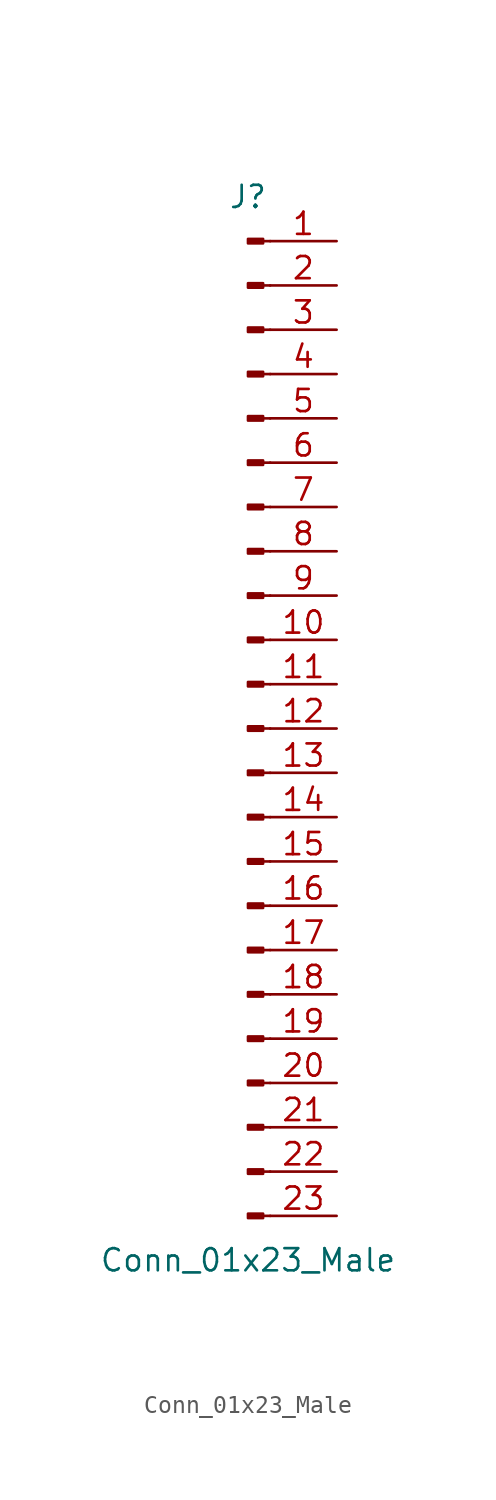
<source format=kicad_sym>
(kicad_symbol_lib
  (version 20211014)
  (generator kicad_symbol_editor)
  (symbol "Conn_01x23_Male"
    (pin_names
      (offset 1.016) hide)
    (property "Reference" "J"
      (at 0 30.48 0)
      (effects (font (size 1.27 1.27))))
    (property "Value" "Conn_01x23_Male"
      (at 0 -30.48 0)
      (effects (font (size 1.27 1.27))))
    (symbol "Conn_01x23_Male_1_1"
      (polyline (pts (xy 1.27 -27.94) (xy 0.864 -27.94)) (stroke (width 0.152) (type default) (color 0 0 0 0)) (fill (type none)))
      (polyline (pts (xy 1.27 -25.4) (xy 0.864 -25.4)) (stroke (width 0.152) (type default) (color 0 0 0 0)) (fill (type none)))
      (polyline (pts (xy 1.27 -22.86) (xy 0.864 -22.86)) (stroke (width 0.152) (type default) (color 0 0 0 0)) (fill (type none)))
      (polyline (pts (xy 1.27 -20.32) (xy 0.864 -20.32)) (stroke (width 0.152) (type default) (color 0 0 0 0)) (fill (type none)))
      (polyline (pts (xy 1.27 -17.78) (xy 0.864 -17.78)) (stroke (width 0.152) (type default) (color 0 0 0 0)) (fill (type none)))
      (polyline (pts (xy 1.27 -15.24) (xy 0.864 -15.24)) (stroke (width 0.152) (type default) (color 0 0 0 0)) (fill (type none)))
      (polyline (pts (xy 1.27 -12.7) (xy 0.864 -12.7)) (stroke (width 0.152) (type default) (color 0 0 0 0)) (fill (type none)))
      (polyline (pts (xy 1.27 -10.16) (xy 0.864 -10.16)) (stroke (width 0.152) (type default) (color 0 0 0 0)) (fill (type none)))
      (polyline (pts (xy 1.27 -7.62) (xy 0.864 -7.62)) (stroke (width 0.152) (type default) (color 0 0 0 0)) (fill (type none)))
      (polyline (pts (xy 1.27 -5.08) (xy 0.864 -5.08)) (stroke (width 0.152) (type default) (color 0 0 0 0)) (fill (type none)))
      (polyline (pts (xy 1.27 -2.54) (xy 0.864 -2.54)) (stroke (width 0.152) (type default) (color 0 0 0 0)) (fill (type none)))
      (polyline (pts (xy 1.27 0) (xy 0.864 0)) (stroke (width 0.152) (type default) (color 0 0 0 0)) (fill (type none)))
      (polyline (pts (xy 1.27 2.54) (xy 0.864 2.54)) (stroke (width 0.152) (type default) (color 0 0 0 0)) (fill (type none)))
      (polyline (pts (xy 1.27 5.08) (xy 0.864 5.08)) (stroke (width 0.152) (type default) (color 0 0 0 0)) (fill (type none)))
      (polyline (pts (xy 1.27 7.62) (xy 0.864 7.62)) (stroke (width 0.152) (type default) (color 0 0 0 0)) (fill (type none)))
      (polyline (pts (xy 1.27 10.16) (xy 0.864 10.16)) (stroke (width 0.152) (type default) (color 0 0 0 0)) (fill (type none)))
      (polyline (pts (xy 1.27 12.7) (xy 0.864 12.7)) (stroke (width 0.152) (type default) (color 0 0 0 0)) (fill (type none)))
      (polyline (pts (xy 1.27 15.24) (xy 0.864 15.24)) (stroke (width 0.152) (type default) (color 0 0 0 0)) (fill (type none)))
      (polyline (pts (xy 1.27 17.78) (xy 0.864 17.78)) (stroke (width 0.152) (type default) (color 0 0 0 0)) (fill (type none)))
      (polyline (pts (xy 1.27 20.32) (xy 0.864 20.32)) (stroke (width 0.152) (type default) (color 0 0 0 0)) (fill (type none)))
      (polyline (pts (xy 1.27 22.86) (xy 0.864 22.86)) (stroke (width 0.152) (type default) (color 0 0 0 0)) (fill (type none)))
      (polyline (pts (xy 1.27 25.4) (xy 0.864 25.4)) (stroke (width 0.152) (type default) (color 0 0 0 0)) (fill (type none)))
      (polyline (pts (xy 1.27 27.94) (xy 0.864 27.94)) (stroke (width 0.152) (type default) (color 0 0 0 0)) (fill (type none)))
      (rectangle (start 0.864 -27.813) (end 0 -28.067) (stroke (width 0.152) (type default) (color 0 0 0 0)) (fill (type outline)))
      (rectangle (start 0.864 -25.273) (end 0 -25.527) (stroke (width 0.152) (type default) (color 0 0 0 0)) (fill (type outline)))
      (rectangle (start 0.864 -22.733) (end 0 -22.987) (stroke (width 0.152) (type default) (color 0 0 0 0)) (fill (type outline)))
      (rectangle (start 0.864 -20.193) (end 0 -20.447) (stroke (width 0.152) (type default) (color 0 0 0 0)) (fill (type outline)))
      (rectangle (start 0.864 -17.653) (end 0 -17.907) (stroke (width 0.152) (type default) (color 0 0 0 0)) (fill (type outline)))
      (rectangle (start 0.864 -15.113) (end 0 -15.367) (stroke (width 0.152) (type default) (color 0 0 0 0)) (fill (type outline)))
      (rectangle (start 0.864 -12.573) (end 0 -12.827) (stroke (width 0.152) (type default) (color 0 0 0 0)) (fill (type outline)))
      (rectangle (start 0.864 -10.033) (end 0 -10.287) (stroke (width 0.152) (type default) (color 0 0 0 0)) (fill (type outline)))
      (rectangle (start 0.864 -7.493) (end 0 -7.747) (stroke (width 0.152) (type default) (color 0 0 0 0)) (fill (type outline)))
      (rectangle (start 0.864 -4.953) (end 0 -5.207) (stroke (width 0.152) (type default) (color 0 0 0 0)) (fill (type outline)))
      (rectangle (start 0.864 -2.413) (end 0 -2.667) (stroke (width 0.152) (type default) (color 0 0 0 0)) (fill (type outline)))
      (rectangle (start 0.864 0.127) (end 0 -0.127) (stroke (width 0.152) (type default) (color 0 0 0 0)) (fill (type outline)))
      (rectangle (start 0.864 2.667) (end 0 2.413) (stroke (width 0.152) (type default) (color 0 0 0 0)) (fill (type outline)))
      (rectangle (start 0.864 5.207) (end 0 4.953) (stroke (width 0.152) (type default) (color 0 0 0 0)) (fill (type outline)))
      (rectangle (start 0.864 7.747) (end 0 7.493) (stroke (width 0.152) (type default) (color 0 0 0 0)) (fill (type outline)))
      (rectangle (start 0.864 10.287) (end 0 10.033) (stroke (width 0.152) (type default) (color 0 0 0 0)) (fill (type outline)))
      (rectangle (start 0.864 12.827) (end 0 12.573) (stroke (width 0.152) (type default) (color 0 0 0 0)) (fill (type outline)))
      (rectangle (start 0.864 15.367) (end 0 15.113) (stroke (width 0.152) (type default) (color 0 0 0 0)) (fill (type outline)))
      (rectangle (start 0.864 17.907) (end 0 17.653) (stroke (width 0.152) (type default) (color 0 0 0 0)) (fill (type outline)))
      (rectangle (start 0.864 20.447) (end 0 20.193) (stroke (width 0.152) (type default) (color 0 0 0 0)) (fill (type outline)))
      (rectangle (start 0.864 22.987) (end 0 22.733) (stroke (width 0.152) (type default) (color 0 0 0 0)) (fill (type outline)))
      (rectangle (start 0.864 25.527) (end 0 25.273) (stroke (width 0.152) (type default) (color 0 0 0 0)) (fill (type outline)))
      (rectangle (start 0.864 28.067) (end 0 27.813) (stroke (width 0.152) (type default) (color 0 0 0 0)) (fill (type outline)))
      (pin passive line (at 5.08 27.94 180) (length 3.81) (name "Pin_1" (effects (font (size 1.27 1.27)))) (number "1" (effects (font (size 1.27 1.27)))))
      (pin passive line (at 5.08 5.08 180) (length 3.81) (name "Pin_10" (effects (font (size 1.27 1.27)))) (number "10" (effects (font (size 1.27 1.27)))))
      (pin passive line (at 5.08 2.54 180) (length 3.81) (name "Pin_11" (effects (font (size 1.27 1.27)))) (number "11" (effects (font (size 1.27 1.27)))))
      (pin passive line (at 5.08 0 180) (length 3.81) (name "Pin_12" (effects (font (size 1.27 1.27)))) (number "12" (effects (font (size 1.27 1.27)))))
      (pin passive line (at 5.08 -2.54 180) (length 3.81) (name "Pin_13" (effects (font (size 1.27 1.27)))) (number "13" (effects (font (size 1.27 1.27)))))
      (pin passive line (at 5.08 -5.08 180) (length 3.81) (name "Pin_14" (effects (font (size 1.27 1.27)))) (number "14" (effects (font (size 1.27 1.27)))))
      (pin passive line (at 5.08 -7.62 180) (length 3.81) (name "Pin_15" (effects (font (size 1.27 1.27)))) (number "15" (effects (font (size 1.27 1.27)))))
      (pin passive line (at 5.08 -10.16 180) (length 3.81) (name "Pin_16" (effects (font (size 1.27 1.27)))) (number "16" (effects (font (size 1.27 1.27)))))
      (pin passive line (at 5.08 -12.7 180) (length 3.81) (name "Pin_17" (effects (font (size 1.27 1.27)))) (number "17" (effects (font (size 1.27 1.27)))))
      (pin passive line (at 5.08 -15.24 180) (length 3.81) (name "Pin_18" (effects (font (size 1.27 1.27)))) (number "18" (effects (font (size 1.27 1.27)))))
      (pin passive line (at 5.08 -17.78 180) (length 3.81) (name "Pin_19" (effects (font (size 1.27 1.27)))) (number "19" (effects (font (size 1.27 1.27)))))
      (pin passive line (at 5.08 25.4 180) (length 3.81) (name "Pin_2" (effects (font (size 1.27 1.27)))) (number "2" (effects (font (size 1.27 1.27)))))
      (pin passive line (at 5.08 -20.32 180) (length 3.81) (name "Pin_20" (effects (font (size 1.27 1.27)))) (number "20" (effects (font (size 1.27 1.27)))))
      (pin passive line (at 5.08 -22.86 180) (length 3.81) (name "Pin_21" (effects (font (size 1.27 1.27)))) (number "21" (effects (font (size 1.27 1.27)))))
      (pin passive line (at 5.08 -25.4 180) (length 3.81) (name "Pin_22" (effects (font (size 1.27 1.27)))) (number "22" (effects (font (size 1.27 1.27)))))
      (pin passive line (at 5.08 -27.94 180) (length 3.81) (name "Pin_23" (effects (font (size 1.27 1.27)))) (number "23" (effects (font (size 1.27 1.27)))))
      (pin passive line (at 5.08 22.86 180) (length 3.81) (name "Pin_3" (effects (font (size 1.27 1.27)))) (number "3" (effects (font (size 1.27 1.27)))))
      (pin passive line (at 5.08 20.32 180) (length 3.81) (name "Pin_4" (effects (font (size 1.27 1.27)))) (number "4" (effects (font (size 1.27 1.27)))))
      (pin passive line (at 5.08 17.78 180) (length 3.81) (name "Pin_5" (effects (font (size 1.27 1.27)))) (number "5" (effects (font (size 1.27 1.27)))))
      (pin passive line (at 5.08 15.24 180) (length 3.81) (name "Pin_6" (effects (font (size 1.27 1.27)))) (number "6" (effects (font (size 1.27 1.27)))))
      (pin passive line (at 5.08 12.7 180) (length 3.81) (name "Pin_7" (effects (font (size 1.27 1.27)))) (number "7" (effects (font (size 1.27 1.27)))))
      (pin passive line (at 5.08 10.16 180) (length 3.81) (name "Pin_8" (effects (font (size 1.27 1.27)))) (number "8" (effects (font (size 1.27 1.27)))))
      (pin passive line (at 5.08 7.62 180) (length 3.81) (name "Pin_9" (effects (font (size 1.27 1.27)))) (number "9" (effects (font (size 1.27 1.27))))))))
</source>
